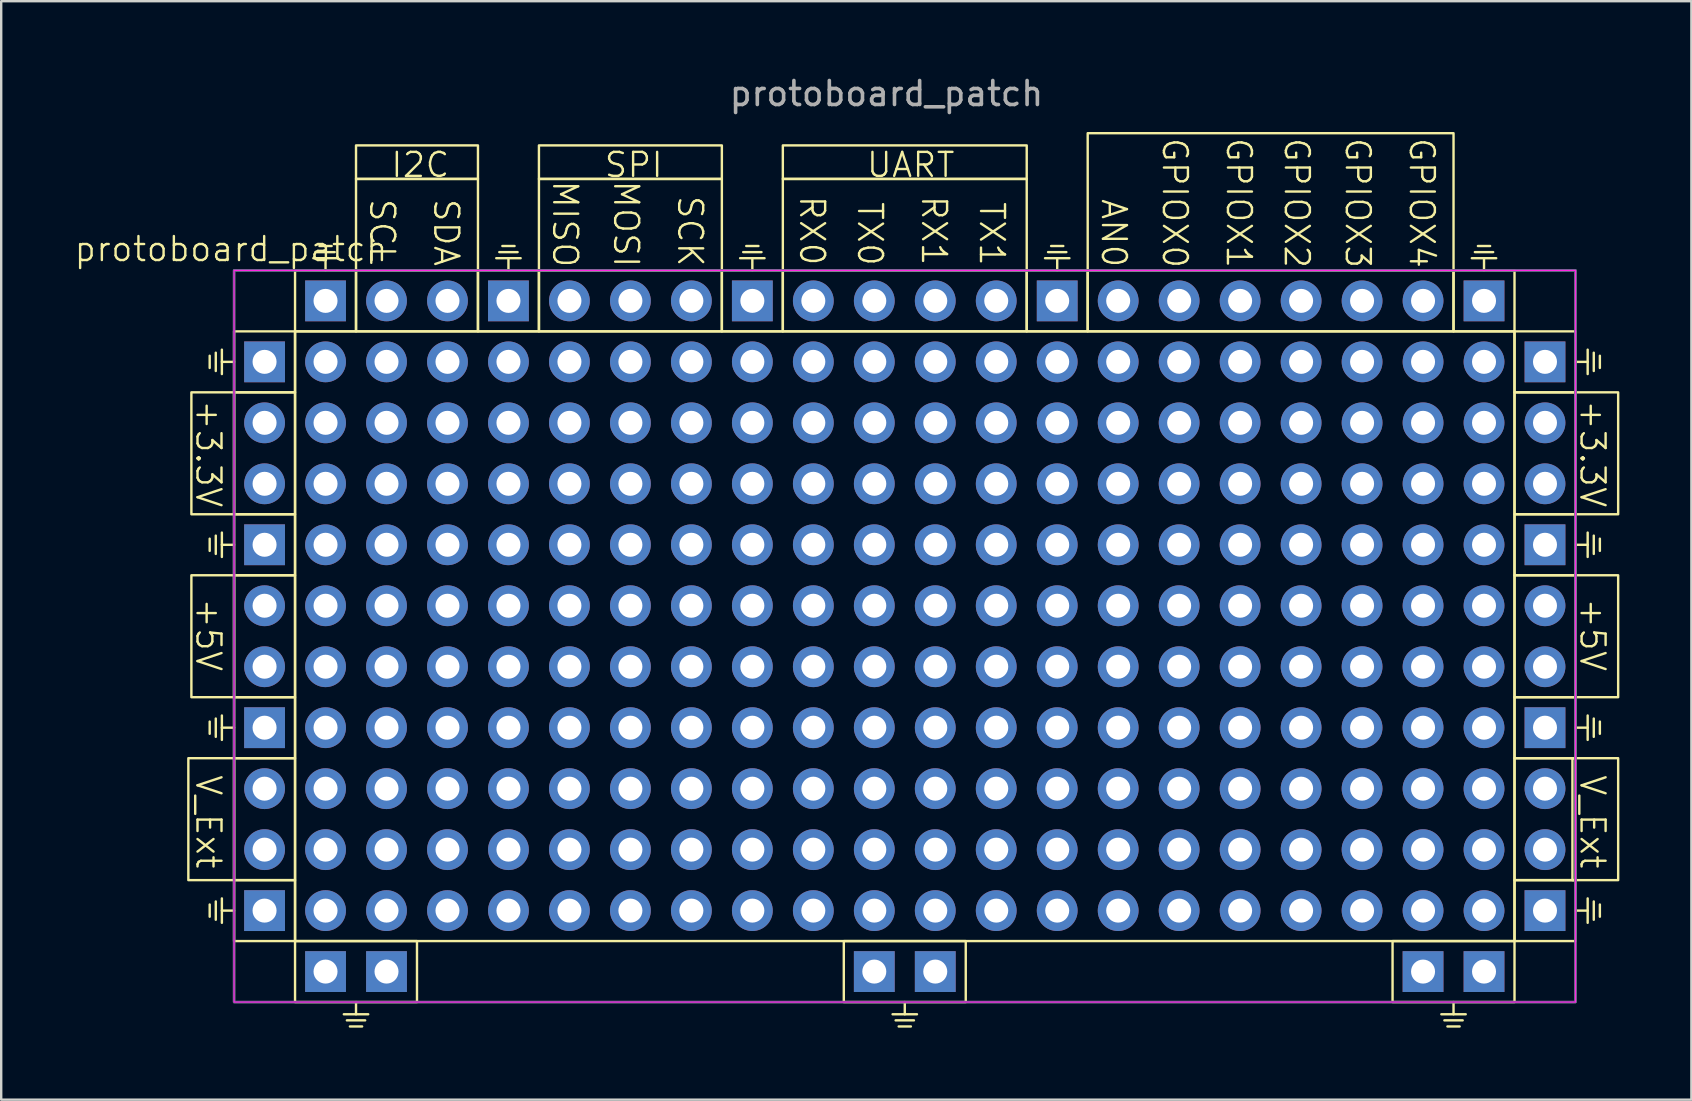
<source format=kicad_pcb>
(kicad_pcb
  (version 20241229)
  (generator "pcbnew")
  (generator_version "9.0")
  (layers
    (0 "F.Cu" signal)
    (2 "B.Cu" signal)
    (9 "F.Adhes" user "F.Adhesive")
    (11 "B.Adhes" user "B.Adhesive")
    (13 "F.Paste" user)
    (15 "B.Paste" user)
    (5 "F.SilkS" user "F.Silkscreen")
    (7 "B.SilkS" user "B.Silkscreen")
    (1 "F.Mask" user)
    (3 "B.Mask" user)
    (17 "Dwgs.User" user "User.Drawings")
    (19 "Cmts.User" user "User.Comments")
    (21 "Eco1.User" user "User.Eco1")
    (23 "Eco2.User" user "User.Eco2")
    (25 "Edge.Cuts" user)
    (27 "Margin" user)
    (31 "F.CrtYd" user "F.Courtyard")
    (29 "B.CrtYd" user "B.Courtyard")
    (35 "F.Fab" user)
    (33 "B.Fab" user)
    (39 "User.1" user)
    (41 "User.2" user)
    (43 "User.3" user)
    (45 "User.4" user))
  (footprint "protoboard_patch"
    (layer "F.Cu")
    (at 7.971 9.484)
    (property "Reference" "protoboard_patch" (at -1.397 -2.159 0) (unlocked yes) (layer "F.SilkS") (effects (font (size 1 1) (thickness 0.1))))
    (attr through_hole exclude_from_pos_files exclude_from_bom)
    (fp_line (start -2.286 2.794) (end -2.286 2.286) (stroke (width 0.1) (type default)) (layer "F.SilkS"))
    (fp_line (start -2.286 10.414) (end -2.286 9.906) (stroke (width 0.1) (type default)) (layer "F.SilkS"))
    (fp_line (start -2.286 18.034) (end -2.286 17.526) (stroke (width 0.1) (type default)) (layer "F.SilkS"))
    (fp_line (start -2.286 25.654) (end -2.286 25.146) (stroke (width 0.1) (type default)) (layer "F.SilkS"))
    (fp_line (start -2.032 2.159) (end -2.032 2.921) (stroke (width 0.1) (type default)) (layer "F.SilkS"))
    (fp_line (start -2.032 9.779) (end -2.032 10.541) (stroke (width 0.1) (type default)) (layer "F.SilkS"))
    (fp_line (start -2.032 17.399) (end -2.032 18.161) (stroke (width 0.1) (type default)) (layer "F.SilkS"))
    (fp_line (start -2.032 25.019) (end -2.032 25.781) (stroke (width 0.1) (type default)) (layer "F.SilkS"))
    (fp_line (start -1.778 2.54) (end -1.27 2.54) (stroke (width 0.1) (type default)) (layer "F.SilkS"))
    (fp_line (start -1.778 3.048) (end -1.778 2.032) (stroke (width 0.1) (type default)) (layer "F.SilkS"))
    (fp_line (start -1.778 10.16) (end -1.27 10.16) (stroke (width 0.1) (type default)) (layer "F.SilkS"))
    (fp_line (start -1.778 10.668) (end -1.778 9.652) (stroke (width 0.1) (type default)) (layer "F.SilkS"))
    (fp_line (start -1.778 17.78) (end -1.27 17.78) (stroke (width 0.1) (type default)) (layer "F.SilkS"))
    (fp_line (start -1.778 18.288) (end -1.778 17.272) (stroke (width 0.1) (type default)) (layer "F.SilkS"))
    (fp_line (start -1.778 25.4) (end -1.27 25.4) (stroke (width 0.1) (type default)) (layer "F.SilkS"))
    (fp_line (start -1.778 25.908) (end -1.778 24.892) (stroke (width 0.1) (type default)) (layer "F.SilkS"))
    (fp_line (start 2.032 -1.778) (end 3.048 -1.778) (stroke (width 0.1) (type default)) (layer "F.SilkS"))
    (fp_line (start 2.286 -2.286) (end 2.794 -2.286) (stroke (width 0.1) (type default)) (layer "F.SilkS"))
    (fp_line (start 2.54 -1.778) (end 2.54 -1.27) (stroke (width 0.1) (type default)) (layer "F.SilkS"))
    (fp_line (start 2.921 -2.032) (end 2.159 -2.032) (stroke (width 0.1) (type default)) (layer "F.SilkS"))
    (fp_line (start 3.429 29.972) (end 4.191 29.972) (stroke (width 0.1) (type default)) (layer "F.SilkS"))
    (fp_line (start 3.81 29.718) (end 3.81 29.21) (stroke (width 0.1) (type default)) (layer "F.SilkS"))
    (fp_line (start 4.064 30.226) (end 3.556 30.226) (stroke (width 0.1) (type default)) (layer "F.SilkS"))
    (fp_line (start 4.318 29.718) (end 3.302 29.718) (stroke (width 0.1) (type default)) (layer "F.SilkS"))
    (fp_line (start 9.652 -1.778) (end 10.668 -1.778) (stroke (width 0.1) (type default)) (layer "F.SilkS"))
    (fp_line (start 9.906 -2.286) (end 10.414 -2.286) (stroke (width 0.1) (type default)) (layer "F.SilkS"))
    (fp_line (start 10.16 -1.778) (end 10.16 -1.27) (stroke (width 0.1) (type default)) (layer "F.SilkS"))
    (fp_line (start 10.541 -2.032) (end 9.779 -2.032) (stroke (width 0.1) (type default)) (layer "F.SilkS"))
    (fp_line (start 19.812 -1.778) (end 20.828 -1.778) (stroke (width 0.1) (type default)) (layer "F.SilkS"))
    (fp_line (start 20.066 -2.286) (end 20.574 -2.286) (stroke (width 0.1) (type default)) (layer "F.SilkS"))
    (fp_line (start 20.32 -1.778) (end 20.32 -1.27) (stroke (width 0.1) (type default)) (layer "F.SilkS"))
    (fp_line (start 20.701 -2.032) (end 19.939 -2.032) (stroke (width 0.1) (type default)) (layer "F.SilkS"))
    (fp_line (start 26.289 29.972) (end 27.051 29.972) (stroke (width 0.1) (type default)) (layer "F.SilkS"))
    (fp_line (start 26.67 29.718) (end 26.67 29.21) (stroke (width 0.1) (type default)) (layer "F.SilkS"))
    (fp_line (start 26.924 30.226) (end 26.416 30.226) (stroke (width 0.1) (type default)) (layer "F.SilkS"))
    (fp_line (start 27.178 29.718) (end 26.162 29.718) (stroke (width 0.1) (type default)) (layer "F.SilkS"))
    (fp_line (start 32.512 -1.778) (end 33.528 -1.778) (stroke (width 0.1) (type default)) (layer "F.SilkS"))
    (fp_line (start 32.766 -2.286) (end 33.274 -2.286) (stroke (width 0.1) (type default)) (layer "F.SilkS"))
    (fp_line (start 33.02 -1.778) (end 33.02 -1.27) (stroke (width 0.1) (type default)) (layer "F.SilkS"))
    (fp_line (start 33.401 -2.032) (end 32.639 -2.032) (stroke (width 0.1) (type default)) (layer "F.SilkS"))
    (fp_line (start 49.149 29.972) (end 49.911 29.972) (stroke (width 0.1) (type default)) (layer "F.SilkS"))
    (fp_line (start 49.53 29.718) (end 49.53 29.21) (stroke (width 0.1) (type default)) (layer "F.SilkS"))
    (fp_line (start 49.784 30.226) (end 49.276 30.226) (stroke (width 0.1) (type default)) (layer "F.SilkS"))
    (fp_line (start 50.038 29.718) (end 49.022 29.718) (stroke (width 0.1) (type default)) (layer "F.SilkS"))
    (fp_line (start 50.292 -1.778) (end 51.308 -1.778) (stroke (width 0.1) (type default)) (layer "F.SilkS"))
    (fp_line (start 50.546 -2.286) (end 51.054 -2.286) (stroke (width 0.1) (type default)) (layer "F.SilkS"))
    (fp_line (start 50.8 -1.778) (end 50.8 -1.27) (stroke (width 0.1) (type default)) (layer "F.SilkS"))
    (fp_line (start 51.181 -2.032) (end 50.419 -2.032) (stroke (width 0.1) (type default)) (layer "F.SilkS"))
    (fp_line (start 55.118 2.032) (end 55.118 3.048) (stroke (width 0.1) (type default)) (layer "F.SilkS"))
    (fp_line (start 55.118 2.54) (end 54.61 2.54) (stroke (width 0.1) (type default)) (layer "F.SilkS"))
    (fp_line (start 55.118 9.652) (end 55.118 10.668) (stroke (width 0.1) (type default)) (layer "F.SilkS"))
    (fp_line (start 55.118 10.16) (end 54.61 10.16) (stroke (width 0.1) (type default)) (layer "F.SilkS"))
    (fp_line (start 55.118 17.272) (end 55.118 18.288) (stroke (width 0.1) (type default)) (layer "F.SilkS"))
    (fp_line (start 55.118 17.78) (end 54.61 17.78) (stroke (width 0.1) (type default)) (layer "F.SilkS"))
    (fp_line (start 55.118 24.892) (end 55.118 25.908) (stroke (width 0.1) (type default)) (layer "F.SilkS"))
    (fp_line (start 55.118 25.4) (end 54.61 25.4) (stroke (width 0.1) (type default)) (layer "F.SilkS"))
    (fp_line (start 55.372 2.921) (end 55.372 2.159) (stroke (width 0.1) (type default)) (layer "F.SilkS"))
    (fp_line (start 55.372 10.541) (end 55.372 9.779) (stroke (width 0.1) (type default)) (layer "F.SilkS"))
    (fp_line (start 55.372 18.161) (end 55.372 17.399) (stroke (width 0.1) (type default)) (layer "F.SilkS"))
    (fp_line (start 55.372 25.781) (end 55.372 25.019) (stroke (width 0.1) (type default)) (layer "F.SilkS"))
    (fp_line (start 55.626 2.286) (end 55.626 2.794) (stroke (width 0.1) (type default)) (layer "F.SilkS"))
    (fp_line (start 55.626 9.906) (end 55.626 10.414) (stroke (width 0.1) (type default)) (layer "F.SilkS"))
    (fp_line (start 55.626 17.526) (end 55.626 18.034) (stroke (width 0.1) (type default)) (layer "F.SilkS"))
    (fp_line (start 55.626 25.146) (end 55.626 25.654) (stroke (width 0.1) (type default)) (layer "F.SilkS"))
    (fp_rect (start -1.27 1.27) (end 1.27 3.81) (stroke (width 0.1) (type default)) (fill no) (layer "F.SilkS"))
    (fp_rect (start -1.27 3.81) (end -3.048 8.89) (stroke (width 0.1) (type default)) (fill no) (layer "F.SilkS"))
    (fp_rect (start -1.27 3.81) (end 1.27 8.89) (stroke (width 0.1) (type default)) (fill no) (layer "F.SilkS"))
    (fp_rect (start -1.27 8.89) (end 1.27 11.43) (stroke (width 0.1) (type default)) (fill no) (layer "F.SilkS"))
    (fp_rect (start -1.27 11.43) (end -3.048 16.51) (stroke (width 0.1) (type default)) (fill no) (layer "F.SilkS"))
    (fp_rect (start -1.27 11.43) (end 1.27 16.51) (stroke (width 0.1) (type default)) (fill no) (layer "F.SilkS"))
    (fp_rect (start -1.27 16.51) (end 1.27 19.05) (stroke (width 0.1) (type default)) (fill no) (layer "F.SilkS"))
    (fp_rect (start -1.27 19.05) (end -3.175 24.13) (stroke (width 0.1) (type default)) (fill no) (layer "F.SilkS"))
    (fp_rect (start -1.27 19.05) (end 1.27 24.13) (stroke (width 0.1) (type default)) (fill no) (layer "F.SilkS"))
    (fp_rect (start -1.27 24.13) (end 1.27 26.67) (stroke (width 0.1) (type default)) (fill no) (layer "F.SilkS"))
    (fp_rect (start 1.27 1.27) (end 52.07 26.67) (stroke (width 0.1) (type default)) (fill no) (layer "F.SilkS"))
    (fp_rect (start 1.27 26.67) (end 6.35 29.21) (stroke (width 0.1) (type default)) (fill no) (layer "F.SilkS"))
    (fp_rect (start 3.81 -5.08) (end 8.89 -6.477) (stroke (width 0.1) (type default)) (fill no) (layer "F.SilkS"))
    (fp_rect (start 3.81 -1.27) (end 8.89 -5.08) (stroke (width 0.1) (type default)) (fill no) (layer "F.SilkS"))
    (fp_rect (start 3.81 1.27) (end 1.27 -1.27) (stroke (width 0.1) (type default)) (fill no) (layer "F.SilkS"))
    (fp_rect (start 8.89 -1.27) (end 3.81 1.27) (stroke (width 0.1) (type default)) (fill no) (layer "F.SilkS"))
    (fp_rect (start 11.43 -5.08) (end 19.05 -6.477) (stroke (width 0.1) (type default)) (fill no) (layer "F.SilkS"))
    (fp_rect (start 11.43 -1.27) (end 19.05 -5.08) (stroke (width 0.1) (type default)) (fill no) (layer "F.SilkS"))
    (fp_rect (start 11.43 1.27) (end 8.89 -1.27) (stroke (width 0.1) (type default)) (fill no) (layer "F.SilkS"))
    (fp_rect (start 19.05 -1.27) (end 11.43 1.27) (stroke (width 0.1) (type default)) (fill no) (layer "F.SilkS"))
    (fp_rect (start 21.59 -5.08) (end 31.75 -6.477) (stroke (width 0.1) (type default)) (fill no) (layer "F.SilkS"))
    (fp_rect (start 21.59 -1.27) (end 31.75 -5.08) (stroke (width 0.1) (type default)) (fill no) (layer "F.SilkS"))
    (fp_rect (start 21.59 1.27) (end 19.05 -1.27) (stroke (width 0.1) (type default)) (fill no) (layer "F.SilkS"))
    (fp_rect (start 24.13 26.67) (end 29.21 29.21) (stroke (width 0.1) (type default)) (fill no) (layer "F.SilkS"))
    (fp_rect (start 31.75 -1.27) (end 21.59 1.27) (stroke (width 0.1) (type default)) (fill no) (layer "F.SilkS"))
    (fp_rect (start 34.29 -1.27) (end 49.53 -6.985) (stroke (width 0.1) (type default)) (fill no) (layer "F.SilkS"))
    (fp_rect (start 34.29 1.27) (end 31.75 -1.27) (stroke (width 0.1) (type default)) (fill no) (layer "F.SilkS"))
    (fp_rect (start 46.99 26.67) (end 52.07 29.21) (stroke (width 0.1) (type default)) (fill no) (layer "F.SilkS"))
    (fp_rect (start 49.53 -1.27) (end 34.29 1.27) (stroke (width 0.1) (type default)) (fill no) (layer "F.SilkS"))
    (fp_rect (start 52.07 1.27) (end 49.53 -1.27) (stroke (width 0.1) (type default)) (fill no) (layer "F.SilkS"))
    (fp_rect (start 52.07 1.27) (end 54.61 3.81) (stroke (width 0.1) (type default)) (fill no) (layer "F.SilkS"))
    (fp_rect (start 52.07 3.81) (end 54.61 8.89) (stroke (width 0.1) (type default)) (fill no) (layer "F.SilkS"))
    (fp_rect (start 52.07 8.89) (end 54.61 11.43) (stroke (width 0.1) (type default)) (fill no) (layer "F.SilkS"))
    (fp_rect (start 52.07 11.43) (end 54.61 16.51) (stroke (width 0.1) (type default)) (fill no) (layer "F.SilkS"))
    (fp_rect (start 52.07 16.51) (end 54.61 19.05) (stroke (width 0.1) (type default)) (fill no) (layer "F.SilkS"))
    (fp_rect (start 52.07 19.05) (end 54.61 24.13) (stroke (width 0.1) (type default)) (fill no) (layer "F.SilkS"))
    (fp_rect (start 52.07 24.13) (end 54.61 26.67) (stroke (width 0.1) (type default)) (fill no) (layer "F.SilkS"))
    (fp_rect (start 56.388 3.81) (end 54.61 8.89) (stroke (width 0.1) (type default)) (fill no) (layer "F.SilkS"))
    (fp_rect (start 56.388 11.43) (end 54.61 16.51) (stroke (width 0.1) (type default)) (fill no) (layer "F.SilkS"))
    (fp_rect (start 56.388 19.05) (end 54.483 24.13) (stroke (width 0.1) (type default)) (fill no) (layer "F.SilkS"))
    (fp_rect (start -1.27 -1.27) (end 54.61 29.21) (stroke (width 0.05) (type default)) (fill no) (layer "F.CrtYd"))
    (fp_rect (start -1.27 -1.27) (end 54.61 29.21) (stroke (width 0.1) (type default)) (fill no) (layer "B.Fab"))
    (fp_rect (start -1.27 -1.27) (end 54.61 29.21) (stroke (width 0.1) (type default)) (fill no) (layer "F.Fab"))
    (fp_text user "UART" (at 25.019 -5.08 0) (unlocked yes) (layer "F.SilkS") (effects (font (size 1 1) (thickness 0.1)) (justify left bottom)))
    (fp_text user "SCL" (at 4.318 -4.318 270) (unlocked yes) (layer "F.SilkS") (effects (font (size 1 1) (thickness 0.1)) (justify left bottom)))
    (fp_text user "RX0" (at 22.225 -4.445 270) (unlocked yes) (layer "F.SilkS") (effects (font (size 1 1) (thickness 0.1)) (justify left bottom)))
    (fp_text user "SPI" (at 14.097 -5.08 0) (unlocked yes) (layer "F.SilkS") (effects (font (size 1 1) (thickness 0.1)) (justify left bottom)))
    (fp_text user "AN0" (at 34.798 -4.318 270) (unlocked yes) (layer "F.SilkS") (effects (font (size 1 1) (thickness 0.1)) (justify left bottom)))
    (fp_text user "MISO" (at 11.938 -5.08 270) (unlocked yes) (layer "F.SilkS") (effects (font (size 1 1) (thickness 0.1)) (justify left bottom)))
    (fp_text user "V_Ext" (at 54.737 19.685 270) (unlocked yes) (layer "F.SilkS") (effects (font (size 1 1) (thickness 0.1)) (justify left bottom)))
    (fp_text user "SCK" (at 17.145 -4.445 270) (unlocked yes) (layer "F.SilkS") (effects (font (size 1 1) (thickness 0.1)) (justify left bottom)))
    (fp_text user "GPIOX0" (at 37.338 -6.858 270) (unlocked yes) (layer "F.SilkS") (effects (font (size 1 1) (thickness 0.1)) (justify left bottom)))
    (fp_text user "GPIOX1" (at 40.005 -6.858 270) (unlocked yes) (layer "F.SilkS") (effects (font (size 1 1) (thickness 0.1)) (justify left bottom)))
    (fp_text user "+5V" (at -2.921 12.319 270) (unlocked yes) (layer "F.SilkS") (effects (font (size 1 1) (thickness 0.1)) (justify left bottom)))
    (fp_text user "+3.3V" (at 54.737 4.064 270) (unlocked yes) (layer "F.SilkS") (effects (font (size 1 1) (thickness 0.1)) (justify left bottom)))
    (fp_text user "MOSI" (at 14.478 -5.08 270) (unlocked yes) (layer "F.SilkS") (effects (font (size 1 1) (thickness 0.1)) (justify left bottom)))
    (fp_text user "GPIOX2" (at 42.418 -6.858 270) (unlocked yes) (layer "F.SilkS") (effects (font (size 1 1) (thickness 0.1)) (justify left bottom)))
    (fp_text user "TX1" (at 29.718 -4.191 270) (unlocked yes) (layer "F.SilkS") (effects (font (size 1 1) (thickness 0.1)) (justify left bottom)))
    (fp_text user "TX0" (at 24.638 -4.191 270) (unlocked yes) (layer "F.SilkS") (effects (font (size 1 1) (thickness 0.1)) (justify left bottom)))
    (fp_text user "I2C" (at 5.207 -5.08 0) (unlocked yes) (layer "F.SilkS") (effects (font (size 1 1) (thickness 0.1)) (justify left bottom)))
    (fp_text user "+5V" (at 54.737 12.319 270) (unlocked yes) (layer "F.SilkS") (effects (font (size 1 1) (thickness 0.1)) (justify left bottom)))
    (fp_text user "SDA" (at 6.985 -4.318 270) (unlocked yes) (layer "F.SilkS") (effects (font (size 1 1) (thickness 0.1)) (justify left bottom)))
    (fp_text user "+3.3V" (at -2.921 4.064 270) (unlocked yes) (layer "F.SilkS") (effects (font (size 1 1) (thickness 0.1)) (justify left bottom)))
    (fp_text user "GPIOX3" (at 44.958 -6.858 270) (unlocked yes) (layer "F.SilkS") (effects (font (size 1 1) (thickness 0.1)) (justify left bottom)))
    (fp_text user "GPIOX4" (at 47.625 -6.858 270) (unlocked yes) (layer "F.SilkS") (effects (font (size 1 1) (thickness 0.1)) (justify left bottom)))
    (fp_text user "RX1" (at 27.305 -4.445 270) (unlocked yes) (layer "F.SilkS") (effects (font (size 1 1) (thickness 0.1)) (justify left bottom)))
    (fp_text user "V_Ext" (at -2.921 19.685 270) (unlocked yes) (layer "F.SilkS") (effects (font (size 1 1) (thickness 0.1)) (justify left bottom)))
    (fp_text user "${REFERENCE}" (at 25.908 -8.636 0) (unlocked yes) (layer "F.Fab") (effects (font (size 1 1) (thickness 0.15))))
    (pad "" thru_hole circle (at 2.54 2.54 90) (size 1.7 1.7) (drill 1) (layers "*.Cu" "*.Mask"))
    (pad "" thru_hole circle (at 2.54 5.08 90) (size 1.7 1.7) (drill 1) (layers "*.Cu" "*.Mask"))
    (pad "" thru_hole circle (at 2.54 7.62 90) (size 1.7 1.7) (drill 1) (layers "*.Cu" "*.Mask"))
    (pad "" thru_hole circle (at 2.54 10.16 90) (size 1.7 1.7) (drill 1) (layers "*.Cu" "*.Mask"))
    (pad "" thru_hole circle (at 2.54 12.7 90) (size 1.7 1.7) (drill 1) (layers "*.Cu" "*.Mask"))
    (pad "" thru_hole circle (at 2.54 15.24 90) (size 1.7 1.7) (drill 1) (layers "*.Cu" "*.Mask"))
    (pad "" thru_hole circle (at 2.54 17.78 90) (size 1.7 1.7) (drill 1) (layers "*.Cu" "*.Mask"))
    (pad "" thru_hole circle (at 2.54 20.32 90) (size 1.7 1.7) (drill 1) (layers "*.Cu" "*.Mask"))
    (pad "" thru_hole circle (at 2.54 22.86 90) (size 1.7 1.7) (drill 1) (layers "*.Cu" "*.Mask"))
    (pad "" thru_hole circle (at 2.54 25.4 90) (size 1.7 1.7) (drill 1) (layers "*.Cu" "*.Mask"))
    (pad "" thru_hole circle (at 5.08 2.54 90) (size 1.7 1.7) (drill 1) (layers "*.Cu" "*.Mask"))
    (pad "" thru_hole circle (at 5.08 5.08 90) (size 1.7 1.7) (drill 1) (layers "*.Cu" "*.Mask"))
    (pad "" thru_hole circle (at 5.08 7.62 90) (size 1.7 1.7) (drill 1) (layers "*.Cu" "*.Mask"))
    (pad "" thru_hole circle (at 5.08 10.16 90) (size 1.7 1.7) (drill 1) (layers "*.Cu" "*.Mask"))
    (pad "" thru_hole circle (at 5.08 12.7 90) (size 1.7 1.7) (drill 1) (layers "*.Cu" "*.Mask"))
    (pad "" thru_hole circle (at 5.08 15.24 90) (size 1.7 1.7) (drill 1) (layers "*.Cu" "*.Mask"))
    (pad "" thru_hole circle (at 5.08 17.78 90) (size 1.7 1.7) (drill 1) (layers "*.Cu" "*.Mask"))
    (pad "" thru_hole circle (at 5.08 20.32 90) (size 1.7 1.7) (drill 1) (layers "*.Cu" "*.Mask"))
    (pad "" thru_hole circle (at 5.08 22.86 90) (size 1.7 1.7) (drill 1) (layers "*.Cu" "*.Mask"))
    (pad "" thru_hole circle (at 5.08 25.4 90) (size 1.7 1.7) (drill 1) (layers "*.Cu" "*.Mask"))
    (pad "" thru_hole circle (at 7.62 2.54 90) (size 1.7 1.7) (drill 1) (layers "*.Cu" "*.Mask"))
    (pad "" thru_hole circle (at 7.62 5.08 90) (size 1.7 1.7) (drill 1) (layers "*.Cu" "*.Mask"))
    (pad "" thru_hole circle (at 7.62 7.62 90) (size 1.7 1.7) (drill 1) (layers "*.Cu" "*.Mask"))
    (pad "" thru_hole circle (at 7.62 10.16 90) (size 1.7 1.7) (drill 1) (layers "*.Cu" "*.Mask"))
    (pad "" thru_hole circle (at 7.62 12.7 90) (size 1.7 1.7) (drill 1) (layers "*.Cu" "*.Mask"))
    (pad "" thru_hole circle (at 7.62 15.24 90) (size 1.7 1.7) (drill 1) (layers "*.Cu" "*.Mask"))
    (pad "" thru_hole circle (at 7.62 17.78 90) (size 1.7 1.7) (drill 1) (layers "*.Cu" "*.Mask"))
    (pad "" thru_hole circle (at 7.62 20.32 90) (size 1.7 1.7) (drill 1) (layers "*.Cu" "*.Mask"))
    (pad "" thru_hole circle (at 7.62 22.86 90) (size 1.7 1.7) (drill 1) (layers "*.Cu" "*.Mask"))
    (pad "" thru_hole circle (at 7.62 25.4 90) (size 1.7 1.7) (drill 1) (layers "*.Cu" "*.Mask"))
    (pad "" thru_hole circle (at 10.16 2.54 90) (size 1.7 1.7) (drill 1) (layers "*.Cu" "*.Mask"))
    (pad "" thru_hole circle (at 10.16 5.08 90) (size 1.7 1.7) (drill 1) (layers "*.Cu" "*.Mask"))
    (pad "" thru_hole circle (at 10.16 7.62 90) (size 1.7 1.7) (drill 1) (layers "*.Cu" "*.Mask"))
    (pad "" thru_hole circle (at 10.16 10.16 90) (size 1.7 1.7) (drill 1) (layers "*.Cu" "*.Mask"))
    (pad "" thru_hole circle (at 10.16 12.7 90) (size 1.7 1.7) (drill 1) (layers "*.Cu" "*.Mask"))
    (pad "" thru_hole circle (at 10.16 15.24 90) (size 1.7 1.7) (drill 1) (layers "*.Cu" "*.Mask"))
    (pad "" thru_hole circle (at 10.16 17.78 90) (size 1.7 1.7) (drill 1) (layers "*.Cu" "*.Mask"))
    (pad "" thru_hole circle (at 10.16 20.32 90) (size 1.7 1.7) (drill 1) (layers "*.Cu" "*.Mask"))
    (pad "" thru_hole circle (at 10.16 22.86 90) (size 1.7 1.7) (drill 1) (layers "*.Cu" "*.Mask"))
    (pad "" thru_hole circle (at 10.16 25.4 90) (size 1.7 1.7) (drill 1) (layers "*.Cu" "*.Mask"))
    (pad "" thru_hole circle (at 12.7 2.54 90) (size 1.7 1.7) (drill 1) (layers "*.Cu" "*.Mask"))
    (pad "" thru_hole circle (at 12.7 5.08 90) (size 1.7 1.7) (drill 1) (layers "*.Cu" "*.Mask"))
    (pad "" thru_hole circle (at 12.7 7.62 90) (size 1.7 1.7) (drill 1) (layers "*.Cu" "*.Mask"))
    (pad "" thru_hole circle (at 12.7 10.16 90) (size 1.7 1.7) (drill 1) (layers "*.Cu" "*.Mask"))
    (pad "" thru_hole circle (at 12.7 12.7 90) (size 1.7 1.7) (drill 1) (layers "*.Cu" "*.Mask"))
    (pad "" thru_hole circle (at 12.7 15.24 90) (size 1.7 1.7) (drill 1) (layers "*.Cu" "*.Mask"))
    (pad "" thru_hole circle (at 12.7 17.78 90) (size 1.7 1.7) (drill 1) (layers "*.Cu" "*.Mask"))
    (pad "" thru_hole circle (at 12.7 20.32 90) (size 1.7 1.7) (drill 1) (layers "*.Cu" "*.Mask"))
    (pad "" thru_hole circle (at 12.7 22.86 90) (size 1.7 1.7) (drill 1) (layers "*.Cu" "*.Mask"))
    (pad "" thru_hole circle (at 12.7 25.4 90) (size 1.7 1.7) (drill 1) (layers "*.Cu" "*.Mask"))
    (pad "" thru_hole circle (at 15.24 2.54 90) (size 1.7 1.7) (drill 1) (layers "*.Cu" "*.Mask"))
    (pad "" thru_hole circle (at 15.24 5.08 90) (size 1.7 1.7) (drill 1) (layers "*.Cu" "*.Mask"))
    (pad "" thru_hole circle (at 15.24 7.62 90) (size 1.7 1.7) (drill 1) (layers "*.Cu" "*.Mask"))
    (pad "" thru_hole circle (at 15.24 10.16 90) (size 1.7 1.7) (drill 1) (layers "*.Cu" "*.Mask"))
    (pad "" thru_hole circle (at 15.24 12.7 90) (size 1.7 1.7) (drill 1) (layers "*.Cu" "*.Mask"))
    (pad "" thru_hole circle (at 15.24 15.24 90) (size 1.7 1.7) (drill 1) (layers "*.Cu" "*.Mask"))
    (pad "" thru_hole circle (at 15.24 17.78 90) (size 1.7 1.7) (drill 1) (layers "*.Cu" "*.Mask"))
    (pad "" thru_hole circle (at 15.24 20.32 90) (size 1.7 1.7) (drill 1) (layers "*.Cu" "*.Mask"))
    (pad "" thru_hole circle (at 15.24 22.86 90) (size 1.7 1.7) (drill 1) (layers "*.Cu" "*.Mask"))
    (pad "" thru_hole circle (at 15.24 25.4 90) (size 1.7 1.7) (drill 1) (layers "*.Cu" "*.Mask"))
    (pad "" thru_hole circle (at 17.78 2.54 90) (size 1.7 1.7) (drill 1) (layers "*.Cu" "*.Mask"))
    (pad "" thru_hole circle (at 17.78 5.08 90) (size 1.7 1.7) (drill 1) (layers "*.Cu" "*.Mask"))
    (pad "" thru_hole circle (at 17.78 7.62 90) (size 1.7 1.7) (drill 1) (layers "*.Cu" "*.Mask"))
    (pad "" thru_hole circle (at 17.78 10.16 90) (size 1.7 1.7) (drill 1) (layers "*.Cu" "*.Mask"))
    (pad "" thru_hole circle (at 17.78 12.7 90) (size 1.7 1.7) (drill 1) (layers "*.Cu" "*.Mask"))
    (pad "" thru_hole circle (at 17.78 15.24 90) (size 1.7 1.7) (drill 1) (layers "*.Cu" "*.Mask"))
    (pad "" thru_hole circle (at 17.78 17.78 90) (size 1.7 1.7) (drill 1) (layers "*.Cu" "*.Mask"))
    (pad "" thru_hole circle (at 17.78 20.32 90) (size 1.7 1.7) (drill 1) (layers "*.Cu" "*.Mask"))
    (pad "" thru_hole circle (at 17.78 22.86 90) (size 1.7 1.7) (drill 1) (layers "*.Cu" "*.Mask"))
    (pad "" thru_hole circle (at 17.78 25.4 90) (size 1.7 1.7) (drill 1) (layers "*.Cu" "*.Mask"))
    (pad "" thru_hole circle (at 20.32 2.54 90) (size 1.7 1.7) (drill 1) (layers "*.Cu" "*.Mask"))
    (pad "" thru_hole circle (at 20.32 5.08 90) (size 1.7 1.7) (drill 1) (layers "*.Cu" "*.Mask"))
    (pad "" thru_hole circle (at 20.32 7.62 90) (size 1.7 1.7) (drill 1) (layers "*.Cu" "*.Mask"))
    (pad "" thru_hole circle (at 20.32 10.16 90) (size 1.7 1.7) (drill 1) (layers "*.Cu" "*.Mask"))
    (pad "" thru_hole circle (at 20.32 12.7 90) (size 1.7 1.7) (drill 1) (layers "*.Cu" "*.Mask"))
    (pad "" thru_hole circle (at 20.32 15.24 90) (size 1.7 1.7) (drill 1) (layers "*.Cu" "*.Mask"))
    (pad "" thru_hole circle (at 20.32 17.78 90) (size 1.7 1.7) (drill 1) (layers "*.Cu" "*.Mask"))
    (pad "" thru_hole circle (at 20.32 20.32 90) (size 1.7 1.7) (drill 1) (layers "*.Cu" "*.Mask"))
    (pad "" thru_hole circle (at 20.32 22.86 90) (size 1.7 1.7) (drill 1) (layers "*.Cu" "*.Mask"))
    (pad "" thru_hole circle (at 20.32 25.4 90) (size 1.7 1.7) (drill 1) (layers "*.Cu" "*.Mask"))
    (pad "" thru_hole circle (at 22.86 2.54 90) (size 1.7 1.7) (drill 1) (layers "*.Cu" "*.Mask"))
    (pad "" thru_hole circle (at 22.86 5.08 90) (size 1.7 1.7) (drill 1) (layers "*.Cu" "*.Mask"))
    (pad "" thru_hole circle (at 22.86 7.62 90) (size 1.7 1.7) (drill 1) (layers "*.Cu" "*.Mask"))
    (pad "" thru_hole circle (at 22.86 10.16 90) (size 1.7 1.7) (drill 1) (layers "*.Cu" "*.Mask"))
    (pad "" thru_hole circle (at 22.86 12.7 90) (size 1.7 1.7) (drill 1) (layers "*.Cu" "*.Mask"))
    (pad "" thru_hole circle (at 22.86 15.24 90) (size 1.7 1.7) (drill 1) (layers "*.Cu" "*.Mask"))
    (pad "" thru_hole circle (at 22.86 17.78 90) (size 1.7 1.7) (drill 1) (layers "*.Cu" "*.Mask"))
    (pad "" thru_hole circle (at 22.86 20.32 90) (size 1.7 1.7) (drill 1) (layers "*.Cu" "*.Mask"))
    (pad "" thru_hole circle (at 22.86 22.86 90) (size 1.7 1.7) (drill 1) (layers "*.Cu" "*.Mask"))
    (pad "" thru_hole circle (at 22.86 25.4 90) (size 1.7 1.7) (drill 1) (layers "*.Cu" "*.Mask"))
    (pad "" thru_hole circle (at 25.4 2.54 90) (size 1.7 1.7) (drill 1) (layers "*.Cu" "*.Mask"))
    (pad "" thru_hole circle (at 25.4 5.08 90) (size 1.7 1.7) (drill 1) (layers "*.Cu" "*.Mask"))
    (pad "" thru_hole circle (at 25.4 7.62 90) (size 1.7 1.7) (drill 1) (layers "*.Cu" "*.Mask"))
    (pad "" thru_hole circle (at 25.4 10.16 90) (size 1.7 1.7) (drill 1) (layers "*.Cu" "*.Mask"))
    (pad "" thru_hole circle (at 25.4 12.7 90) (size 1.7 1.7) (drill 1) (layers "*.Cu" "*.Mask"))
    (pad "" thru_hole circle (at 25.4 15.24 90) (size 1.7 1.7) (drill 1) (layers "*.Cu" "*.Mask"))
    (pad "" thru_hole circle (at 25.4 17.78 90) (size 1.7 1.7) (drill 1) (layers "*.Cu" "*.Mask"))
    (pad "" thru_hole circle (at 25.4 20.32 90) (size 1.7 1.7) (drill 1) (layers "*.Cu" "*.Mask"))
    (pad "" thru_hole circle (at 25.4 22.86 90) (size 1.7 1.7) (drill 1) (layers "*.Cu" "*.Mask"))
    (pad "" thru_hole circle (at 25.4 25.4 90) (size 1.7 1.7) (drill 1) (layers "*.Cu" "*.Mask"))
    (pad "" thru_hole circle (at 27.94 2.54 90) (size 1.7 1.7) (drill 1) (layers "*.Cu" "*.Mask"))
    (pad "" thru_hole circle (at 27.94 5.08 90) (size 1.7 1.7) (drill 1) (layers "*.Cu" "*.Mask"))
    (pad "" thru_hole circle (at 27.94 7.62 90) (size 1.7 1.7) (drill 1) (layers "*.Cu" "*.Mask"))
    (pad "" thru_hole circle (at 27.94 10.16 90) (size 1.7 1.7) (drill 1) (layers "*.Cu" "*.Mask"))
    (pad "" thru_hole circle (at 27.94 12.7 90) (size 1.7 1.7) (drill 1) (layers "*.Cu" "*.Mask"))
    (pad "" thru_hole circle (at 27.94 15.24 90) (size 1.7 1.7) (drill 1) (layers "*.Cu" "*.Mask"))
    (pad "" thru_hole circle (at 27.94 17.78 90) (size 1.7 1.7) (drill 1) (layers "*.Cu" "*.Mask"))
    (pad "" thru_hole circle (at 27.94 20.32 90) (size 1.7 1.7) (drill 1) (layers "*.Cu" "*.Mask"))
    (pad "" thru_hole circle (at 27.94 22.86 90) (size 1.7 1.7) (drill 1) (layers "*.Cu" "*.Mask"))
    (pad "" thru_hole circle (at 27.94 25.4 90) (size 1.7 1.7) (drill 1) (layers "*.Cu" "*.Mask"))
    (pad "" thru_hole circle (at 30.48 2.54 90) (size 1.7 1.7) (drill 1) (layers "*.Cu" "*.Mask"))
    (pad "" thru_hole circle (at 30.48 5.08 90) (size 1.7 1.7) (drill 1) (layers "*.Cu" "*.Mask"))
    (pad "" thru_hole circle (at 30.48 7.62 90) (size 1.7 1.7) (drill 1) (layers "*.Cu" "*.Mask"))
    (pad "" thru_hole circle (at 30.48 10.16 90) (size 1.7 1.7) (drill 1) (layers "*.Cu" "*.Mask"))
    (pad "" thru_hole circle (at 30.48 12.7 90) (size 1.7 1.7) (drill 1) (layers "*.Cu" "*.Mask"))
    (pad "" thru_hole circle (at 30.48 15.24 90) (size 1.7 1.7) (drill 1) (layers "*.Cu" "*.Mask"))
    (pad "" thru_hole circle (at 30.48 17.78 90) (size 1.7 1.7) (drill 1) (layers "*.Cu" "*.Mask"))
    (pad "" thru_hole circle (at 30.48 20.32 90) (size 1.7 1.7) (drill 1) (layers "*.Cu" "*.Mask"))
    (pad "" thru_hole circle (at 30.48 22.86 90) (size 1.7 1.7) (drill 1) (layers "*.Cu" "*.Mask"))
    (pad "" thru_hole circle (at 30.48 25.4 90) (size 1.7 1.7) (drill 1) (layers "*.Cu" "*.Mask"))
    (pad "" thru_hole circle (at 33.02 2.54 90) (size 1.7 1.7) (drill 1) (layers "*.Cu" "*.Mask"))
    (pad "" thru_hole circle (at 33.02 5.08 90) (size 1.7 1.7) (drill 1) (layers "*.Cu" "*.Mask"))
    (pad "" thru_hole circle (at 33.02 7.62 90) (size 1.7 1.7) (drill 1) (layers "*.Cu" "*.Mask"))
    (pad "" thru_hole circle (at 33.02 10.16 90) (size 1.7 1.7) (drill 1) (layers "*.Cu" "*.Mask"))
    (pad "" thru_hole circle (at 33.02 12.7 90) (size 1.7 1.7) (drill 1) (layers "*.Cu" "*.Mask"))
    (pad "" thru_hole circle (at 33.02 15.24 90) (size 1.7 1.7) (drill 1) (layers "*.Cu" "*.Mask"))
    (pad "" thru_hole circle (at 33.02 17.78 90) (size 1.7 1.7) (drill 1) (layers "*.Cu" "*.Mask"))
    (pad "" thru_hole circle (at 33.02 20.32 90) (size 1.7 1.7) (drill 1) (layers "*.Cu" "*.Mask"))
    (pad "" thru_hole circle (at 33.02 22.86 90) (size 1.7 1.7) (drill 1) (layers "*.Cu" "*.Mask"))
    (pad "" thru_hole circle (at 33.02 25.4 90) (size 1.7 1.7) (drill 1) (layers "*.Cu" "*.Mask"))
    (pad "" thru_hole circle (at 35.56 2.54 90) (size 1.7 1.7) (drill 1) (layers "*.Cu" "*.Mask"))
    (pad "" thru_hole circle (at 35.56 5.08 90) (size 1.7 1.7) (drill 1) (layers "*.Cu" "*.Mask"))
    (pad "" thru_hole circle (at 35.56 7.62 90) (size 1.7 1.7) (drill 1) (layers "*.Cu" "*.Mask"))
    (pad "" thru_hole circle (at 35.56 10.16 90) (size 1.7 1.7) (drill 1) (layers "*.Cu" "*.Mask"))
    (pad "" thru_hole circle (at 35.56 12.7 90) (size 1.7 1.7) (drill 1) (layers "*.Cu" "*.Mask"))
    (pad "" thru_hole circle (at 35.56 15.24 90) (size 1.7 1.7) (drill 1) (layers "*.Cu" "*.Mask"))
    (pad "" thru_hole circle (at 35.56 17.78 90) (size 1.7 1.7) (drill 1) (layers "*.Cu" "*.Mask"))
    (pad "" thru_hole circle (at 35.56 20.32 90) (size 1.7 1.7) (drill 1) (layers "*.Cu" "*.Mask"))
    (pad "" thru_hole circle (at 35.56 22.86 90) (size 1.7 1.7) (drill 1) (layers "*.Cu" "*.Mask"))
    (pad "" thru_hole circle (at 35.56 25.4 90) (size 1.7 1.7) (drill 1) (layers "*.Cu" "*.Mask"))
    (pad "" thru_hole circle (at 38.1 2.54 90) (size 1.7 1.7) (drill 1) (layers "*.Cu" "*.Mask"))
    (pad "" thru_hole circle (at 38.1 5.08 90) (size 1.7 1.7) (drill 1) (layers "*.Cu" "*.Mask"))
    (pad "" thru_hole circle (at 38.1 7.62 90) (size 1.7 1.7) (drill 1) (layers "*.Cu" "*.Mask"))
    (pad "" thru_hole circle (at 38.1 10.16 90) (size 1.7 1.7) (drill 1) (layers "*.Cu" "*.Mask"))
    (pad "" thru_hole circle (at 38.1 12.7 90) (size 1.7 1.7) (drill 1) (layers "*.Cu" "*.Mask"))
    (pad "" thru_hole circle (at 38.1 15.24 90) (size 1.7 1.7) (drill 1) (layers "*.Cu" "*.Mask"))
    (pad "" thru_hole circle (at 38.1 17.78 90) (size 1.7 1.7) (drill 1) (layers "*.Cu" "*.Mask"))
    (pad "" thru_hole circle (at 38.1 20.32 90) (size 1.7 1.7) (drill 1) (layers "*.Cu" "*.Mask"))
    (pad "" thru_hole circle (at 38.1 22.86 90) (size 1.7 1.7) (drill 1) (layers "*.Cu" "*.Mask"))
    (pad "" thru_hole circle (at 38.1 25.4 90) (size 1.7 1.7) (drill 1) (layers "*.Cu" "*.Mask"))
    (pad "" thru_hole circle (at 40.64 2.54 90) (size 1.7 1.7) (drill 1) (layers "*.Cu" "*.Mask"))
    (pad "" thru_hole circle (at 40.64 5.08 90) (size 1.7 1.7) (drill 1) (layers "*.Cu" "*.Mask"))
    (pad "" thru_hole circle (at 40.64 7.62 90) (size 1.7 1.7) (drill 1) (layers "*.Cu" "*.Mask"))
    (pad "" thru_hole circle (at 40.64 10.16 90) (size 1.7 1.7) (drill 1) (layers "*.Cu" "*.Mask"))
    (pad "" thru_hole circle (at 40.64 12.7 90) (size 1.7 1.7) (drill 1) (layers "*.Cu" "*.Mask"))
    (pad "" thru_hole circle (at 40.64 15.24 90) (size 1.7 1.7) (drill 1) (layers "*.Cu" "*.Mask"))
    (pad "" thru_hole circle (at 40.64 17.78 90) (size 1.7 1.7) (drill 1) (layers "*.Cu" "*.Mask"))
    (pad "" thru_hole circle (at 40.64 20.32 90) (size 1.7 1.7) (drill 1) (layers "*.Cu" "*.Mask"))
    (pad "" thru_hole circle (at 40.64 22.86 90) (size 1.7 1.7) (drill 1) (layers "*.Cu" "*.Mask"))
    (pad "" thru_hole circle (at 40.64 25.4 90) (size 1.7 1.7) (drill 1) (layers "*.Cu" "*.Mask"))
    (pad "" thru_hole circle (at 43.18 2.54 90) (size 1.7 1.7) (drill 1) (layers "*.Cu" "*.Mask"))
    (pad "" thru_hole circle (at 43.18 5.08 90) (size 1.7 1.7) (drill 1) (layers "*.Cu" "*.Mask"))
    (pad "" thru_hole circle (at 43.18 7.62 90) (size 1.7 1.7) (drill 1) (layers "*.Cu" "*.Mask"))
    (pad "" thru_hole circle (at 43.18 10.16 90) (size 1.7 1.7) (drill 1) (layers "*.Cu" "*.Mask"))
    (pad "" thru_hole circle (at 43.18 12.7 90) (size 1.7 1.7) (drill 1) (layers "*.Cu" "*.Mask"))
    (pad "" thru_hole circle (at 43.18 15.24 90) (size 1.7 1.7) (drill 1) (layers "*.Cu" "*.Mask"))
    (pad "" thru_hole circle (at 43.18 17.78 90) (size 1.7 1.7) (drill 1) (layers "*.Cu" "*.Mask"))
    (pad "" thru_hole circle (at 43.18 20.32 90) (size 1.7 1.7) (drill 1) (layers "*.Cu" "*.Mask"))
    (pad "" thru_hole circle (at 43.18 22.86 90) (size 1.7 1.7) (drill 1) (layers "*.Cu" "*.Mask"))
    (pad "" thru_hole circle (at 43.18 25.4 90) (size 1.7 1.7) (drill 1) (layers "*.Cu" "*.Mask"))
    (pad "" thru_hole circle (at 45.72 2.54 90) (size 1.7 1.7) (drill 1) (layers "*.Cu" "*.Mask"))
    (pad "" thru_hole circle (at 45.72 5.08 90) (size 1.7 1.7) (drill 1) (layers "*.Cu" "*.Mask"))
    (pad "" thru_hole circle (at 45.72 7.62 90) (size 1.7 1.7) (drill 1) (layers "*.Cu" "*.Mask"))
    (pad "" thru_hole circle (at 45.72 10.16 90) (size 1.7 1.7) (drill 1) (layers "*.Cu" "*.Mask"))
    (pad "" thru_hole circle (at 45.72 12.7 90) (size 1.7 1.7) (drill 1) (layers "*.Cu" "*.Mask"))
    (pad "" thru_hole circle (at 45.72 15.24 90) (size 1.7 1.7) (drill 1) (layers "*.Cu" "*.Mask"))
    (pad "" thru_hole circle (at 45.72 17.78 90) (size 1.7 1.7) (drill 1) (layers "*.Cu" "*.Mask"))
    (pad "" thru_hole circle (at 45.72 20.32 90) (size 1.7 1.7) (drill 1) (layers "*.Cu" "*.Mask"))
    (pad "" thru_hole circle (at 45.72 22.86 90) (size 1.7 1.7) (drill 1) (layers "*.Cu" "*.Mask"))
    (pad "" thru_hole circle (at 45.72 25.4 90) (size 1.7 1.7) (drill 1) (layers "*.Cu" "*.Mask"))
    (pad "" thru_hole circle (at 48.26 2.54 90) (size 1.7 1.7) (drill 1) (layers "*.Cu" "*.Mask"))
    (pad "" thru_hole circle (at 48.26 5.08 90) (size 1.7 1.7) (drill 1) (layers "*.Cu" "*.Mask"))
    (pad "" thru_hole circle (at 48.26 7.62 90) (size 1.7 1.7) (drill 1) (layers "*.Cu" "*.Mask"))
    (pad "" thru_hole circle (at 48.26 10.16 90) (size 1.7 1.7) (drill 1) (layers "*.Cu" "*.Mask"))
    (pad "" thru_hole circle (at 48.26 12.7 90) (size 1.7 1.7) (drill 1) (layers "*.Cu" "*.Mask"))
    (pad "" thru_hole circle (at 48.26 15.24 90) (size 1.7 1.7) (drill 1) (layers "*.Cu" "*.Mask"))
    (pad "" thru_hole circle (at 48.26 17.78 90) (size 1.7 1.7) (drill 1) (layers "*.Cu" "*.Mask"))
    (pad "" thru_hole circle (at 48.26 20.32 90) (size 1.7 1.7) (drill 1) (layers "*.Cu" "*.Mask"))
    (pad "" thru_hole circle (at 48.26 22.86 90) (size 1.7 1.7) (drill 1) (layers "*.Cu" "*.Mask"))
    (pad "" thru_hole circle (at 48.26 25.4 90) (size 1.7 1.7) (drill 1) (layers "*.Cu" "*.Mask"))
    (pad "" thru_hole circle (at 50.8 2.54 90) (size 1.7 1.7) (drill 1) (layers "*.Cu" "*.Mask"))
    (pad "" thru_hole circle (at 50.8 5.08 90) (size 1.7 1.7) (drill 1) (layers "*.Cu" "*.Mask"))
    (pad "" thru_hole circle (at 50.8 7.62 90) (size 1.7 1.7) (drill 1) (layers "*.Cu" "*.Mask"))
    (pad "" thru_hole circle (at 50.8 10.16 90) (size 1.7 1.7) (drill 1) (layers "*.Cu" "*.Mask"))
    (pad "" thru_hole circle (at 50.8 12.7 90) (size 1.7 1.7) (drill 1) (layers "*.Cu" "*.Mask"))
    (pad "" thru_hole circle (at 50.8 15.24 90) (size 1.7 1.7) (drill 1) (layers "*.Cu" "*.Mask"))
    (pad "" thru_hole circle (at 50.8 17.78 90) (size 1.7 1.7) (drill 1) (layers "*.Cu" "*.Mask"))
    (pad "" thru_hole circle (at 50.8 20.32 90) (size 1.7 1.7) (drill 1) (layers "*.Cu" "*.Mask"))
    (pad "" thru_hole circle (at 50.8 22.86 90) (size 1.7 1.7) (drill 1) (layers "*.Cu" "*.Mask"))
    (pad "" thru_hole circle (at 50.8 25.4 90) (size 1.7 1.7) (drill 1) (layers "*.Cu" "*.Mask"))
    (pad "1" thru_hole rect (at 0 25.4 90) (size 1.7 1.7) (drill 1) (layers "*.Cu" "*.Mask"))
    (pad "2" thru_hole circle (at 0 22.86 90) (size 1.7 1.7) (drill 1) (layers "*.Cu" "*.Mask"))
    (pad "3" thru_hole circle (at 0 20.32 90) (size 1.7 1.7) (drill 1) (layers "*.Cu" "*.Mask"))
    (pad "4" thru_hole rect (at 0 17.78 90) (size 1.7 1.7) (drill 1) (layers "*.Cu" "*.Mask"))
    (pad "5" thru_hole circle (at 0 15.24 90) (size 1.7 1.7) (drill 1) (layers "*.Cu" "*.Mask"))
    (pad "6" thru_hole circle (at 0 12.7 90) (size 1.7 1.7) (drill 1) (layers "*.Cu" "*.Mask"))
    (pad "7" thru_hole rect (at 0 10.16 90) (size 1.7 1.7) (drill 1) (layers "*.Cu" "*.Mask"))
    (pad "8" thru_hole circle (at 0 7.62 90) (size 1.7 1.7) (drill 1) (layers "*.Cu" "*.Mask"))
    (pad "9" thru_hole circle (at 0 5.08 90) (size 1.7 1.7) (drill 1) (layers "*.Cu" "*.Mask"))
    (pad "10" thru_hole rect (at 0 2.54 90) (size 1.7 1.7) (drill 1) (layers "*.Cu" "*.Mask"))
    (pad "11" thru_hole rect (at 2.54 0 90) (size 1.7 1.7) (drill 1) (layers "*.Cu" "*.Mask"))
    (pad "12" thru_hole circle (at 5.08 0 90) (size 1.7 1.7) (drill 1) (layers "*.Cu" "*.Mask"))
    (pad "13" thru_hole circle (at 7.62 0 90) (size 1.7 1.7) (drill 1) (layers "*.Cu" "*.Mask"))
    (pad "14" thru_hole rect (at 10.16 0 90) (size 1.7 1.7) (drill 1) (layers "*.Cu" "*.Mask"))
    (pad "15" thru_hole circle (at 12.7 0 90) (size 1.7 1.7) (drill 1) (layers "*.Cu" "*.Mask"))
    (pad "16" thru_hole circle (at 15.24 0 90) (size 1.7 1.7) (drill 1) (layers "*.Cu" "*.Mask"))
    (pad "17" thru_hole circle (at 17.78 0 90) (size 1.7 1.7) (drill 1) (layers "*.Cu" "*.Mask"))
    (pad "18" thru_hole rect (at 20.32 0 90) (size 1.7 1.7) (drill 1) (layers "*.Cu" "*.Mask"))
    (pad "19" thru_hole circle (at 22.86 0 90) (size 1.7 1.7) (drill 1) (layers "*.Cu" "*.Mask"))
    (pad "20" thru_hole circle (at 25.4 0 90) (size 1.7 1.7) (drill 1) (layers "*.Cu" "*.Mask"))
    (pad "21" thru_hole circle (at 27.94 0 90) (size 1.7 1.7) (drill 1) (layers "*.Cu" "*.Mask"))
    (pad "22" thru_hole circle (at 30.48 0 90) (size 1.7 1.7) (drill 1) (layers "*.Cu" "*.Mask"))
    (pad "23" thru_hole rect (at 33.02 0 90) (size 1.7 1.7) (drill 1) (layers "*.Cu" "*.Mask"))
    (pad "24" thru_hole circle (at 35.56 0 90) (size 1.7 1.7) (drill 1) (layers "*.Cu" "*.Mask"))
    (pad "25" thru_hole circle (at 38.1 0 90) (size 1.7 1.7) (drill 1) (layers "*.Cu" "*.Mask"))
    (pad "26" thru_hole circle (at 40.64 0 90) (size 1.7 1.7) (drill 1) (layers "*.Cu" "*.Mask"))
    (pad "27" thru_hole circle (at 43.18 0 90) (size 1.7 1.7) (drill 1) (layers "*.Cu" "*.Mask"))
    (pad "28" thru_hole circle (at 45.72 0 90) (size 1.7 1.7) (drill 1) (layers "*.Cu" "*.Mask"))
    (pad "29" thru_hole circle (at 48.26 0 90) (size 1.7 1.7) (drill 1) (layers "*.Cu" "*.Mask"))
    (pad "30" thru_hole rect (at 50.8 0 90) (size 1.7 1.7) (drill 1) (layers "*.Cu" "*.Mask"))
    (pad "31" thru_hole rect (at 53.34 2.54 90) (size 1.7 1.7) (drill 1) (layers "*.Cu" "*.Mask"))
    (pad "32" thru_hole circle (at 53.34 5.08 90) (size 1.7 1.7) (drill 1) (layers "*.Cu" "*.Mask"))
    (pad "33" thru_hole circle (at 53.34 7.62 90) (size 1.7 1.7) (drill 1) (layers "*.Cu" "*.Mask"))
    (pad "34" thru_hole rect (at 53.34 10.16 90) (size 1.7 1.7) (drill 1) (layers "*.Cu" "*.Mask"))
    (pad "35" thru_hole circle (at 53.34 12.7 90) (size 1.7 1.7) (drill 1) (layers "*.Cu" "*.Mask"))
    (pad "36" thru_hole circle (at 53.34 15.24 90) (size 1.7 1.7) (drill 1) (layers "*.Cu" "*.Mask"))
    (pad "37" thru_hole rect (at 53.34 17.78 90) (size 1.7 1.7) (drill 1) (layers "*.Cu" "*.Mask"))
    (pad "38" thru_hole circle (at 53.34 20.32 90) (size 1.7 1.7) (drill 1) (layers "*.Cu" "*.Mask"))
    (pad "39" thru_hole circle (at 53.34 22.86 90) (size 1.7 1.7) (drill 1) (layers "*.Cu" "*.Mask"))
    (pad "40" thru_hole rect (at 53.34 25.4 90) (size 1.7 1.7) (drill 1) (layers "*.Cu" "*.Mask"))
    (pad "41" thru_hole rect (at 50.8 27.94 90) (size 1.7 1.7) (drill 1) (layers "*.Cu" "*.Mask"))
    (pad "42" thru_hole rect (at 48.26 27.94 90) (size 1.7 1.7) (drill 1) (layers "*.Cu" "*.Mask"))
    (pad "43" thru_hole rect (at 27.94 27.94 90) (size 1.7 1.7) (drill 1) (layers "*.Cu" "*.Mask"))
    (pad "44" thru_hole rect (at 25.4 27.94 90) (size 1.7 1.7) (drill 1) (layers "*.Cu" "*.Mask"))
    (pad "45" thru_hole rect (at 5.08 27.94 90) (size 1.7 1.7) (drill 1) (layers "*.Cu" "*.Mask"))
    (pad "46" thru_hole rect (at 2.54 27.94 90) (size 1.7 1.7) (drill 1) (layers "*.Cu" "*.Mask")))
  (gr_rect
    (start -3 -3)
    (end 67.409 42.76)
    (stroke (width 0.1) (type default))
    (fill no)
    (layer "Edge.Cuts")))
</source>
